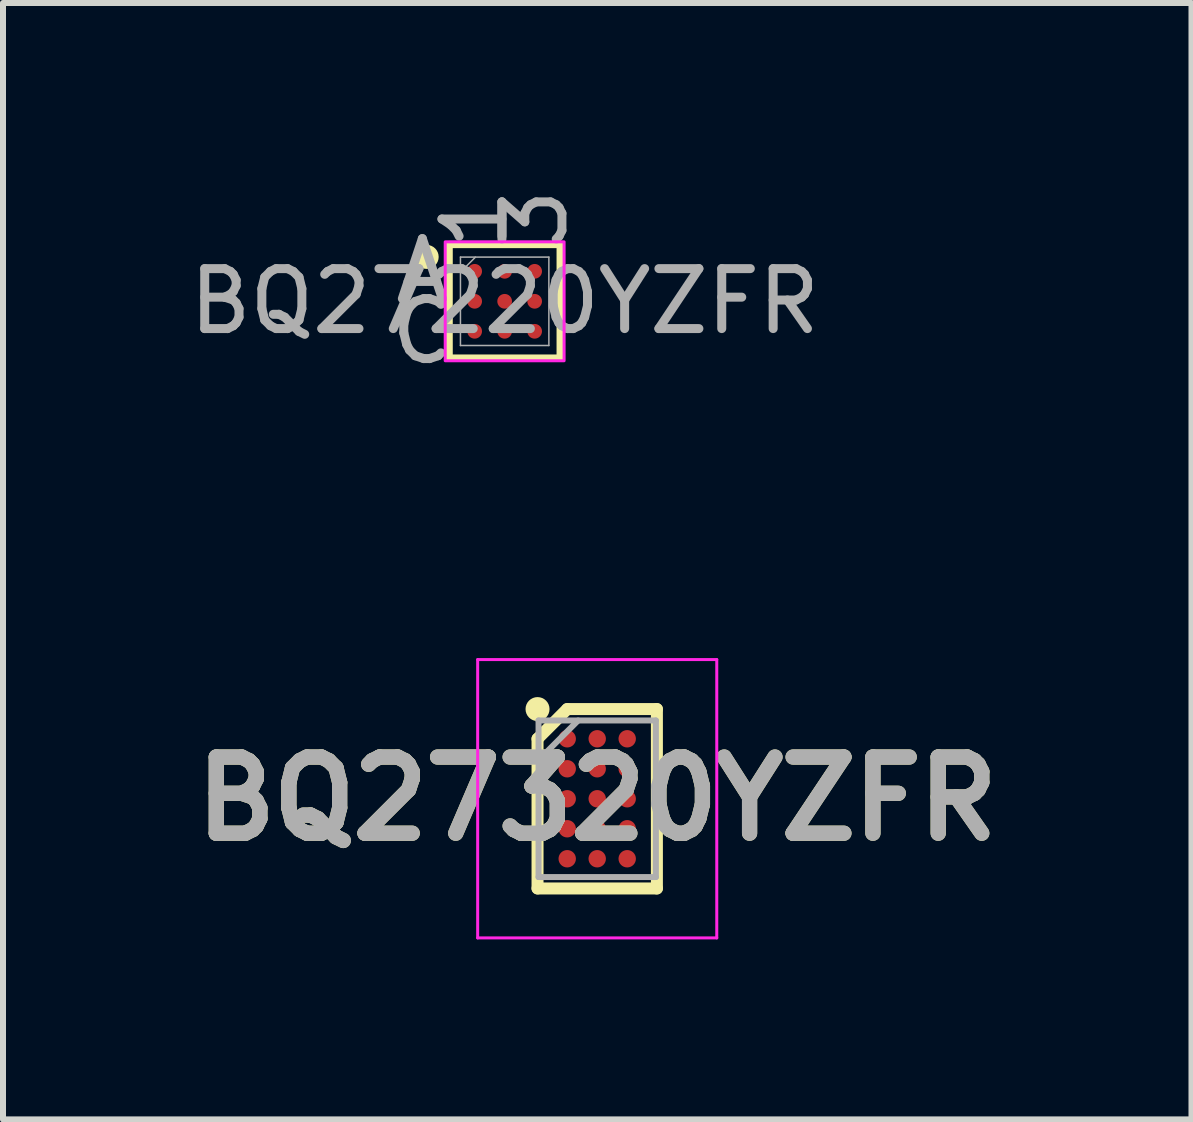
<source format=kicad_pcb>
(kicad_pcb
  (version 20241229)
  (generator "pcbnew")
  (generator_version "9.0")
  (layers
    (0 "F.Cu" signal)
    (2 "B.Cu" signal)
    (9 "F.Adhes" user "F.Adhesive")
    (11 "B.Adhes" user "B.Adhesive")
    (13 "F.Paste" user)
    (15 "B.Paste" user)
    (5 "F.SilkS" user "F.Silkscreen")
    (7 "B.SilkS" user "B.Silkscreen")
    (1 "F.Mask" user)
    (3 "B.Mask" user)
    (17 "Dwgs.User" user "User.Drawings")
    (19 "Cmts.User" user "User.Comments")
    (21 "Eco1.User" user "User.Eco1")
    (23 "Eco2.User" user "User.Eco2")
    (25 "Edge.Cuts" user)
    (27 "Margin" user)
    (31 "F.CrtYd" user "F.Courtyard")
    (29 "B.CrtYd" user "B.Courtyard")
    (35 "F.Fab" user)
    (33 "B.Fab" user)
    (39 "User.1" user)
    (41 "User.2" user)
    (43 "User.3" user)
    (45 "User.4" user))
  (footprint "BQ27320YZFR"
    (layer "F.Cu")
    (at 6.906 10.266)
    (property "Reference" "BQ27320YZFR" (at 0 0 0) (layer "F.SilkS") (effects (font (size 1.27 1.27) (thickness 0.254))))
    (attr smd)
    (fp_line (start -0.995 -1) (end -0.5 -1.495) (stroke (width 0.2) (type solid)) (layer "F.SilkS"))
    (fp_line (start -0.995 1.495) (end -0.995 -1) (stroke (width 0.2) (type solid)) (layer "F.SilkS"))
    (fp_line (start -0.5 -1.495) (end 0.995 -1.495) (stroke (width 0.2) (type solid)) (layer "F.SilkS"))
    (fp_line (start 0.995 -1.495) (end 0.995 1.495) (stroke (width 0.2) (type solid)) (layer "F.SilkS"))
    (fp_line (start 0.995 1.495) (end -0.995 1.495) (stroke (width 0.2) (type solid)) (layer "F.SilkS"))
    (fp_circle (center -0.995 -1.495) (end -0.995 -1.395) (stroke (width 0.2) (type solid)) (fill no) (layer "F.SilkS"))
    (fp_line (start -1.993 -2.32) (end 1.993 -2.32) (stroke (width 0.05) (type solid)) (layer "F.CrtYd"))
    (fp_line (start -1.993 2.32) (end -1.993 -2.32) (stroke (width 0.05) (type solid)) (layer "F.CrtYd"))
    (fp_line (start 1.993 -2.32) (end 1.993 2.32) (stroke (width 0.05) (type solid)) (layer "F.CrtYd"))
    (fp_line (start 1.993 2.32) (end -1.993 2.32) (stroke (width 0.05) (type solid)) (layer "F.CrtYd"))
    (fp_line (start -0.978 -1.305) (end 0.978 -1.305) (stroke (width 0.1) (type solid)) (layer "F.Fab"))
    (fp_line (start -0.978 -0.645) (end -0.318 -1.305) (stroke (width 0.1) (type solid)) (layer "F.Fab"))
    (fp_line (start -0.978 1.305) (end -0.978 -1.305) (stroke (width 0.1) (type solid)) (layer "F.Fab"))
    (fp_line (start 0.978 -1.305) (end 0.978 1.305) (stroke (width 0.1) (type solid)) (layer "F.Fab"))
    (fp_line (start 0.978 1.305) (end -0.978 1.305) (stroke (width 0.1) (type solid)) (layer "F.Fab"))
    (fp_text user "${REFERENCE}" (at 0 0 0) (layer "F.Fab") (effects (font (size 1.27 1.27) (thickness 0.254))))
    (pad "A1" smd circle (at -0.5 -1 90) (size 0.29 0.29) (layers "F.Cu" "F.Mask" "F.Paste"))
    (pad "A2" smd circle (at 0 -1 90) (size 0.29 0.29) (layers "F.Cu" "F.Mask" "F.Paste"))
    (pad "A3" smd circle (at 0.5 -1 90) (size 0.29 0.29) (layers "F.Cu" "F.Mask" "F.Paste"))
    (pad "B1" smd circle (at -0.5 -0.5 90) (size 0.29 0.29) (layers "F.Cu" "F.Mask" "F.Paste"))
    (pad "B2" smd circle (at 0 -0.5 90) (size 0.29 0.29) (layers "F.Cu" "F.Mask" "F.Paste"))
    (pad "B3" smd circle (at 0.5 -0.5 90) (size 0.29 0.29) (layers "F.Cu" "F.Mask" "F.Paste"))
    (pad "C1" smd circle (at -0.5 0 90) (size 0.29 0.29) (layers "F.Cu" "F.Mask" "F.Paste"))
    (pad "C2" smd circle (at 0 0 90) (size 0.29 0.29) (layers "F.Cu" "F.Mask" "F.Paste"))
    (pad "C3" smd circle (at 0.5 0 90) (size 0.29 0.29) (layers "F.Cu" "F.Mask" "F.Paste"))
    (pad "D1" smd circle (at -0.5 0.5 90) (size 0.29 0.29) (layers "F.Cu" "F.Mask" "F.Paste"))
    (pad "D2" smd circle (at 0 0.5 90) (size 0.29 0.29) (layers "F.Cu" "F.Mask" "F.Paste"))
    (pad "D3" smd circle (at 0.5 0.5 90) (size 0.29 0.29) (layers "F.Cu" "F.Mask" "F.Paste"))
    (pad "E1" smd circle (at -0.5 1 90) (size 0.29 0.29) (layers "F.Cu" "F.Mask" "F.Paste"))
    (pad "E2" smd circle (at 0 1 90) (size 0.29 0.29) (layers "F.Cu" "F.Mask" "F.Paste"))
    (pad "E3" smd circle (at 0.5 1 90) (size 0.29 0.29) (layers "F.Cu" "F.Mask" "F.Paste")))
  (footprint "BQ27220YZFR"
    (layer "F.Cu")
    (at 5.363 1.973)
    (property "Reference" "BQ27220YZFR" (at 0 2.1 0) (unlocked yes) (layer "User.2") (effects (font (size 1 1) (thickness 0.15))))
    (attr smd)
    (fp_rect (start -0.925 -0.946) (end 0.925 0.946) (stroke (width 0.12) (type default)) (fill no) (layer "F.SilkS"))
    (fp_circle (center -1.3 -0.74) (end -1.2 -0.74) (stroke (width 0.2) (type solid)) (fill no) (layer "F.SilkS"))
    (fp_rect (start -0.565 -0.56) (end -0.435 -0.44) (stroke (width 0.12) (type solid)) (fill yes) (layer "F.Paste"))
    (fp_rect (start -0.565 -0.06) (end -0.435 0.06) (stroke (width 0.12) (type solid)) (fill yes) (layer "F.Paste"))
    (fp_rect (start -0.565 0.44) (end -0.435 0.56) (stroke (width 0.12) (type solid)) (fill yes) (layer "F.Paste"))
    (fp_rect (start -0.065 -0.56) (end 0.065 -0.44) (stroke (width 0.12) (type solid)) (fill yes) (layer "F.Paste"))
    (fp_rect (start -0.065 -0.06) (end 0.065 0.06) (stroke (width 0.12) (type solid)) (fill yes) (layer "F.Paste"))
    (fp_rect (start -0.065 0.44) (end 0.065 0.56) (stroke (width 0.12) (type solid)) (fill yes) (layer "F.Paste"))
    (fp_rect (start 0.435 -0.56) (end 0.565 -0.44) (stroke (width 0.12) (type solid)) (fill yes) (layer "F.Paste"))
    (fp_rect (start 0.435 -0.06) (end 0.565 0.06) (stroke (width 0.12) (type solid)) (fill yes) (layer "F.Paste"))
    (fp_rect (start 0.435 0.44) (end 0.565 0.56) (stroke (width 0.12) (type solid)) (fill yes) (layer "F.Paste"))
    (fp_rect (start -0.991 -0.991) (end 0.991 0.991) (stroke (width 0.05) (type default)) (fill no) (layer "F.CrtYd"))
    (fp_line (start -0.737 -0.737) (end -0.737 0.737) (stroke (width 0.025) (type solid)) (layer "F.Fab"))
    (fp_line (start -0.737 0.737) (end 0.737 0.737) (stroke (width 0.025) (type solid)) (layer "F.Fab"))
    (fp_line (start -0.487 -0.737) (end -0.737 -0.487) (stroke (width 0.025) (type solid)) (layer "F.Fab"))
    (fp_line (start 0.737 -0.737) (end -0.737 -0.737) (stroke (width 0.025) (type solid)) (layer "F.Fab"))
    (fp_line (start 0.737 0.737) (end 0.737 -0.737) (stroke (width 0.025) (type solid)) (layer "F.Fab"))
    (fp_text user "A" (at -1.372 -0.5 0) (unlocked yes) (layer "F.Fab") (effects (font (size 1 1) (thickness 0.15))))
    (fp_text user "3" (at 0.5 -1.372 90) (unlocked yes) (layer "F.Fab") (effects (font (size 1 1) (thickness 0.15))))
    (fp_text user "1" (at -0.5 -1.372 90) (unlocked yes) (layer "F.Fab") (effects (font (size 1 1) (thickness 0.15))))
    (fp_text user "${REFERENCE}" (at 0 0 0) (unlocked yes) (layer "F.Fab") (effects (font (size 1 1) (thickness 0.15))))
    (fp_text user "C" (at -1.372 0.5 0) (unlocked yes) (layer "F.Fab") (effects (font (size 1 1) (thickness 0.15))))
    (pad "A1" smd circle (at -0.5 -0.5) (size 0.245 0.245) (layers "F.Cu" "F.Mask"))
    (pad "A2" smd circle (at 0 -0.5) (size 0.245 0.245) (layers "F.Cu" "F.Mask"))
    (pad "A3" smd circle (at 0.5 -0.5) (size 0.245 0.245) (layers "F.Cu" "F.Mask"))
    (pad "B1" smd circle (at -0.5 0) (size 0.245 0.245) (layers "F.Cu" "F.Mask"))
    (pad "B2" smd circle (at 0 0) (size 0.245 0.245) (layers "F.Cu" "F.Mask"))
    (pad "B3" smd circle (at 0.5 0) (size 0.245 0.245) (layers "F.Cu" "F.Mask"))
    (pad "C1" smd circle (at -0.5 0.5) (size 0.245 0.245) (layers "F.Cu" "F.Mask"))
    (pad "C2" smd circle (at 0 0.5) (size 0.245 0.245) (layers "F.Cu" "F.Mask"))
    (pad "C3" smd circle (at 0.5 0.5) (size 0.245 0.245) (layers "F.Cu" "F.Mask")))
  (gr_rect
    (start -3 -3)
    (end 16.813 15.611)
    (stroke (width 0.1) (type default))
    (fill no)
    (layer "Edge.Cuts")))
</source>
